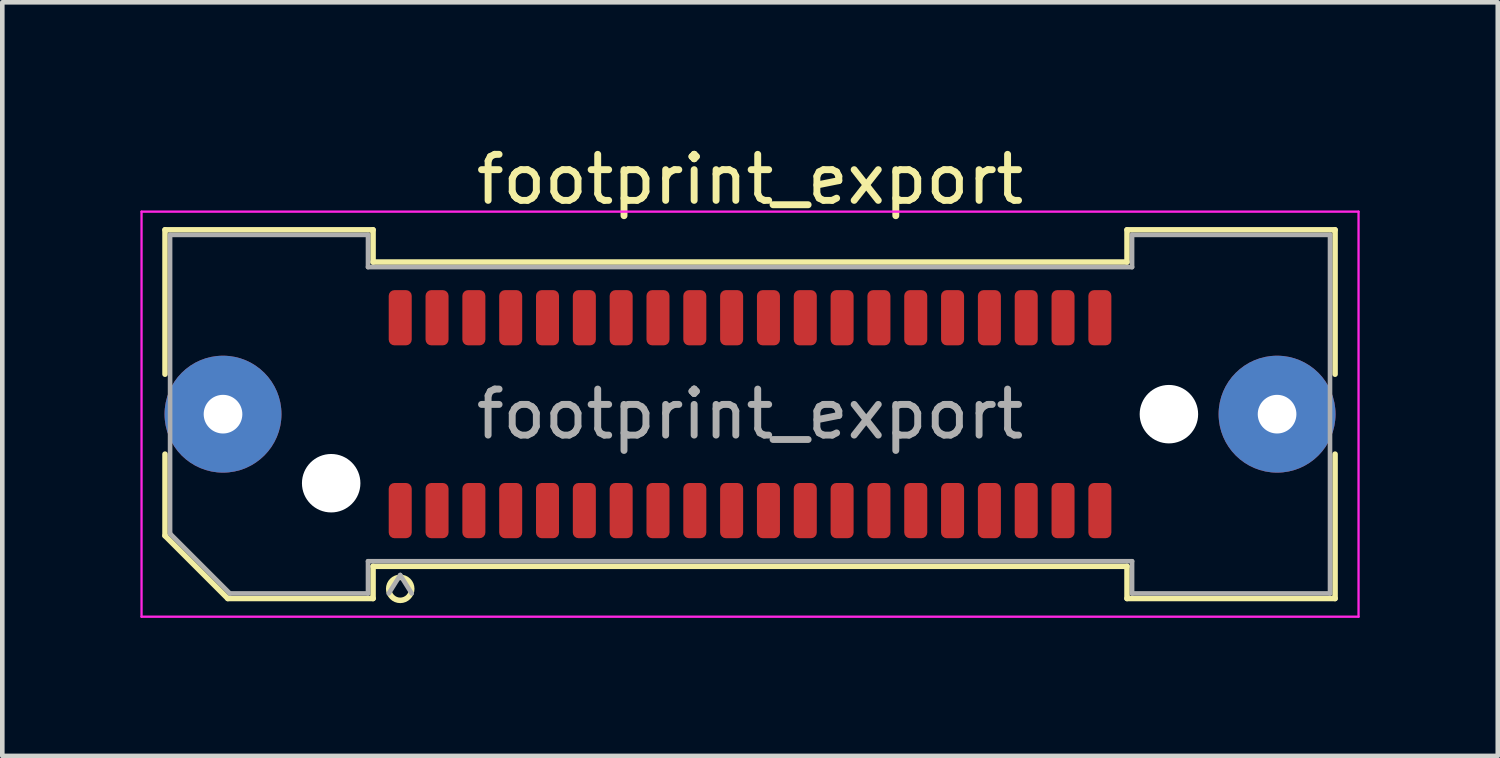
<source format=kicad_pcb>
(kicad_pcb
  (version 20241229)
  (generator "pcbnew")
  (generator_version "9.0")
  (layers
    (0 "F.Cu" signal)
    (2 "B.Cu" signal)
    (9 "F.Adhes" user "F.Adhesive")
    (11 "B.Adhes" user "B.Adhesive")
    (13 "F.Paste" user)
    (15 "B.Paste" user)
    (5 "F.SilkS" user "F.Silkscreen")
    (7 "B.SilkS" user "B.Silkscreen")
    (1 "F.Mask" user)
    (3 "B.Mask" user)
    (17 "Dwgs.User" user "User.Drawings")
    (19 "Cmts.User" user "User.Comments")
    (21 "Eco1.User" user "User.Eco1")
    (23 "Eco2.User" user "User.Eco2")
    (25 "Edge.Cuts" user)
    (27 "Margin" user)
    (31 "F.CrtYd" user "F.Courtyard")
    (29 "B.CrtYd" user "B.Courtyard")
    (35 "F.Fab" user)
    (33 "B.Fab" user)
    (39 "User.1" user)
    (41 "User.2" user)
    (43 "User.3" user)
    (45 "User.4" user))
  (footprint "footprint_export"
    (layer "F.Cu")
    (at 13.245 5.948)
    (property "Reference" "footprint_export" (at 0 -5.1 0) (layer "F.SilkS") (effects (font (size 1 1) (thickness 0.15))))
    (attr smd)
    (fp_line (start -12.71 -4.005) (end -8.19 -4.005) (stroke (width 0.12) (type solid)) (layer "F.SilkS"))
    (fp_line (start -12.71 -0.868) (end -12.71 -4.005) (stroke (width 0.12) (type solid)) (layer "F.SilkS"))
    (fp_line (start -12.71 2.641) (end -12.71 0.868) (stroke (width 0.12) (type solid)) (layer "F.SilkS"))
    (fp_line (start -11.346 4.005) (end -12.71 2.641) (stroke (width 0.12) (type solid)) (layer "F.SilkS"))
    (fp_line (start -8.19 -4.005) (end -8.19 -3.305) (stroke (width 0.12) (type solid)) (layer "F.SilkS"))
    (fp_line (start -8.19 -3.305) (end 8.19 -3.305) (stroke (width 0.12) (type solid)) (layer "F.SilkS"))
    (fp_line (start -8.19 3.305) (end -8.19 4.005) (stroke (width 0.12) (type solid)) (layer "F.SilkS"))
    (fp_line (start -8.19 4.005) (end -11.346 4.005) (stroke (width 0.12) (type solid)) (layer "F.SilkS"))
    (fp_line (start 8.19 -4.005) (end 12.71 -4.005) (stroke (width 0.12) (type solid)) (layer "F.SilkS"))
    (fp_line (start 8.19 -3.305) (end 8.19 -4.005) (stroke (width 0.12) (type solid)) (layer "F.SilkS"))
    (fp_line (start 8.19 3.305) (end -8.19 3.305) (stroke (width 0.12) (type solid)) (layer "F.SilkS"))
    (fp_line (start 8.19 4.005) (end 8.19 3.305) (stroke (width 0.12) (type solid)) (layer "F.SilkS"))
    (fp_line (start 12.71 -4.005) (end 12.71 -0.868) (stroke (width 0.12) (type solid)) (layer "F.SilkS"))
    (fp_line (start 12.71 0.868) (end 12.71 4.005) (stroke (width 0.12) (type solid)) (layer "F.SilkS"))
    (fp_line (start 12.71 4.005) (end 8.19 4.005) (stroke (width 0.12) (type solid)) (layer "F.SilkS"))
    (fp_arc (start -7.35 3.795) (mid -7.85 3.795) (end -7.35 3.795) (stroke (width 0.12) (type solid)) (layer "F.SilkS"))
    (fp_line (start -13.22 -4.4) (end -13.22 4.4) (stroke (width 0.05) (type solid)) (layer "F.CrtYd"))
    (fp_line (start -13.22 4.4) (end 13.22 4.4) (stroke (width 0.05) (type solid)) (layer "F.CrtYd"))
    (fp_line (start 13.22 -4.4) (end -13.22 -4.4) (stroke (width 0.05) (type solid)) (layer "F.CrtYd"))
    (fp_line (start 13.22 4.4) (end 13.22 -4.4) (stroke (width 0.05) (type solid)) (layer "F.CrtYd"))
    (fp_line (start -12.6 -3.895) (end -8.3 -3.895) (stroke (width 0.1) (type solid)) (layer "F.Fab"))
    (fp_line (start -12.6 2.595) (end -12.6 -3.895) (stroke (width 0.1) (type solid)) (layer "F.Fab"))
    (fp_line (start -11.3 3.895) (end -12.6 2.595) (stroke (width 0.1) (type solid)) (layer "F.Fab"))
    (fp_line (start -8.3 -3.895) (end -8.3 -3.195) (stroke (width 0.1) (type solid)) (layer "F.Fab"))
    (fp_line (start -8.3 -3.195) (end 8.3 -3.195) (stroke (width 0.1) (type solid)) (layer "F.Fab"))
    (fp_line (start -8.3 3.195) (end -8.3 3.895) (stroke (width 0.1) (type solid)) (layer "F.Fab"))
    (fp_line (start -8.3 3.895) (end -11.3 3.895) (stroke (width 0.1) (type solid)) (layer "F.Fab"))
    (fp_line (start -7.6 3.495) (end -7.85 3.895) (stroke (width 0.1) (type solid)) (layer "F.Fab"))
    (fp_line (start -7.6 3.495) (end -7.35 3.895) (stroke (width 0.1) (type solid)) (layer "F.Fab"))
    (fp_line (start 8.3 -3.895) (end 12.6 -3.895) (stroke (width 0.1) (type solid)) (layer "F.Fab"))
    (fp_line (start 8.3 -3.195) (end 8.3 -3.895) (stroke (width 0.1) (type solid)) (layer "F.Fab"))
    (fp_line (start 8.3 3.195) (end -8.3 3.195) (stroke (width 0.1) (type solid)) (layer "F.Fab"))
    (fp_line (start 8.3 3.895) (end 8.3 3.195) (stroke (width 0.1) (type solid)) (layer "F.Fab"))
    (fp_line (start 12.6 -3.895) (end 12.6 3.895) (stroke (width 0.1) (type solid)) (layer "F.Fab"))
    (fp_line (start 12.6 3.895) (end 8.3 3.895) (stroke (width 0.1) (type solid)) (layer "F.Fab"))
    (fp_text user "${REFERENCE}" (at 0 0 0) (layer "F.Fab") (effects (font (size 1 1) (thickness 0.15))))
    (pad "" thru_hole circle (at -11.45 0) (size 2.54 2.54) (drill 0.84) (layers "*.Cu" "*.Mask" "F.Paste"))
    (pad "" np_thru_hole circle (at -9.1 1.5) (size 1.27 1.27) (drill 1.27) (layers "*.Cu" "*.Mask"))
    (pad "" np_thru_hole circle (at 9.1 0) (size 1.27 1.27) (drill 1.27) (layers "*.Cu" "*.Mask"))
    (pad "" thru_hole circle (at 11.45 0) (size 2.54 2.54) (drill 0.84) (layers "*.Cu" "*.Mask" "F.Paste"))
    (pad "1" smd roundrect (at -7.6 2.095) (size 0.5 1.2) (layers "F.Cu" "F.Mask" "F.Paste") (roundrect_rratio 0.25))
    (pad "2" smd roundrect (at -7.6 -2.095) (size 0.5 1.2) (layers "F.Cu" "F.Mask" "F.Paste") (roundrect_rratio 0.25))
    (pad "3" smd roundrect (at -6.8 2.095) (size 0.5 1.2) (layers "F.Cu" "F.Mask" "F.Paste") (roundrect_rratio 0.25))
    (pad "4" smd roundrect (at -6.8 -2.095) (size 0.5 1.2) (layers "F.Cu" "F.Mask" "F.Paste") (roundrect_rratio 0.25))
    (pad "5" smd roundrect (at -6 2.095) (size 0.5 1.2) (layers "F.Cu" "F.Mask" "F.Paste") (roundrect_rratio 0.25))
    (pad "6" smd roundrect (at -6 -2.095) (size 0.5 1.2) (layers "F.Cu" "F.Mask" "F.Paste") (roundrect_rratio 0.25))
    (pad "7" smd roundrect (at -5.2 2.095) (size 0.5 1.2) (layers "F.Cu" "F.Mask" "F.Paste") (roundrect_rratio 0.25))
    (pad "8" smd roundrect (at -5.2 -2.095) (size 0.5 1.2) (layers "F.Cu" "F.Mask" "F.Paste") (roundrect_rratio 0.25))
    (pad "9" smd roundrect (at -4.4 2.095) (size 0.5 1.2) (layers "F.Cu" "F.Mask" "F.Paste") (roundrect_rratio 0.25))
    (pad "10" smd roundrect (at -4.4 -2.095) (size 0.5 1.2) (layers "F.Cu" "F.Mask" "F.Paste") (roundrect_rratio 0.25))
    (pad "11" smd roundrect (at -3.6 2.095) (size 0.5 1.2) (layers "F.Cu" "F.Mask" "F.Paste") (roundrect_rratio 0.25))
    (pad "12" smd roundrect (at -3.6 -2.095) (size 0.5 1.2) (layers "F.Cu" "F.Mask" "F.Paste") (roundrect_rratio 0.25))
    (pad "13" smd roundrect (at -2.8 2.095) (size 0.5 1.2) (layers "F.Cu" "F.Mask" "F.Paste") (roundrect_rratio 0.25))
    (pad "14" smd roundrect (at -2.8 -2.095) (size 0.5 1.2) (layers "F.Cu" "F.Mask" "F.Paste") (roundrect_rratio 0.25))
    (pad "15" smd roundrect (at -2 2.095) (size 0.5 1.2) (layers "F.Cu" "F.Mask" "F.Paste") (roundrect_rratio 0.25))
    (pad "16" smd roundrect (at -2 -2.095) (size 0.5 1.2) (layers "F.Cu" "F.Mask" "F.Paste") (roundrect_rratio 0.25))
    (pad "17" smd roundrect (at -1.2 2.095) (size 0.5 1.2) (layers "F.Cu" "F.Mask" "F.Paste") (roundrect_rratio 0.25))
    (pad "18" smd roundrect (at -1.2 -2.095) (size 0.5 1.2) (layers "F.Cu" "F.Mask" "F.Paste") (roundrect_rratio 0.25))
    (pad "19" smd roundrect (at -0.4 2.095) (size 0.5 1.2) (layers "F.Cu" "F.Mask" "F.Paste") (roundrect_rratio 0.25))
    (pad "20" smd roundrect (at -0.4 -2.095) (size 0.5 1.2) (layers "F.Cu" "F.Mask" "F.Paste") (roundrect_rratio 0.25))
    (pad "21" smd roundrect (at 0.4 2.095) (size 0.5 1.2) (layers "F.Cu" "F.Mask" "F.Paste") (roundrect_rratio 0.25))
    (pad "22" smd roundrect (at 0.4 -2.095) (size 0.5 1.2) (layers "F.Cu" "F.Mask" "F.Paste") (roundrect_rratio 0.25))
    (pad "23" smd roundrect (at 1.2 2.095) (size 0.5 1.2) (layers "F.Cu" "F.Mask" "F.Paste") (roundrect_rratio 0.25))
    (pad "24" smd roundrect (at 1.2 -2.095) (size 0.5 1.2) (layers "F.Cu" "F.Mask" "F.Paste") (roundrect_rratio 0.25))
    (pad "25" smd roundrect (at 2 2.095) (size 0.5 1.2) (layers "F.Cu" "F.Mask" "F.Paste") (roundrect_rratio 0.25))
    (pad "26" smd roundrect (at 2 -2.095) (size 0.5 1.2) (layers "F.Cu" "F.Mask" "F.Paste") (roundrect_rratio 0.25))
    (pad "27" smd roundrect (at 2.8 2.095) (size 0.5 1.2) (layers "F.Cu" "F.Mask" "F.Paste") (roundrect_rratio 0.25))
    (pad "28" smd roundrect (at 2.8 -2.095) (size 0.5 1.2) (layers "F.Cu" "F.Mask" "F.Paste") (roundrect_rratio 0.25))
    (pad "29" smd roundrect (at 3.6 2.095) (size 0.5 1.2) (layers "F.Cu" "F.Mask" "F.Paste") (roundrect_rratio 0.25))
    (pad "30" smd roundrect (at 3.6 -2.095) (size 0.5 1.2) (layers "F.Cu" "F.Mask" "F.Paste") (roundrect_rratio 0.25))
    (pad "31" smd roundrect (at 4.4 2.095) (size 0.5 1.2) (layers "F.Cu" "F.Mask" "F.Paste") (roundrect_rratio 0.25))
    (pad "32" smd roundrect (at 4.4 -2.095) (size 0.5 1.2) (layers "F.Cu" "F.Mask" "F.Paste") (roundrect_rratio 0.25))
    (pad "33" smd roundrect (at 5.2 2.095) (size 0.5 1.2) (layers "F.Cu" "F.Mask" "F.Paste") (roundrect_rratio 0.25))
    (pad "34" smd roundrect (at 5.2 -2.095) (size 0.5 1.2) (layers "F.Cu" "F.Mask" "F.Paste") (roundrect_rratio 0.25))
    (pad "35" smd roundrect (at 6 2.095) (size 0.5 1.2) (layers "F.Cu" "F.Mask" "F.Paste") (roundrect_rratio 0.25))
    (pad "36" smd roundrect (at 6 -2.095) (size 0.5 1.2) (layers "F.Cu" "F.Mask" "F.Paste") (roundrect_rratio 0.25))
    (pad "37" smd roundrect (at 6.8 2.095) (size 0.5 1.2) (layers "F.Cu" "F.Mask" "F.Paste") (roundrect_rratio 0.25))
    (pad "38" smd roundrect (at 6.8 -2.095) (size 0.5 1.2) (layers "F.Cu" "F.Mask" "F.Paste") (roundrect_rratio 0.25))
    (pad "39" smd roundrect (at 7.6 2.095) (size 0.5 1.2) (layers "F.Cu" "F.Mask" "F.Paste") (roundrect_rratio 0.25))
    (pad "40" smd roundrect (at 7.6 -2.095) (size 0.5 1.2) (layers "F.Cu" "F.Mask" "F.Paste") (roundrect_rratio 0.25)))
  (gr_rect
    (start -3 -3)
    (end 29.49 13.373)
    (stroke (width 0.1) (type default))
    (fill no)
    (layer "Edge.Cuts")))
</source>
